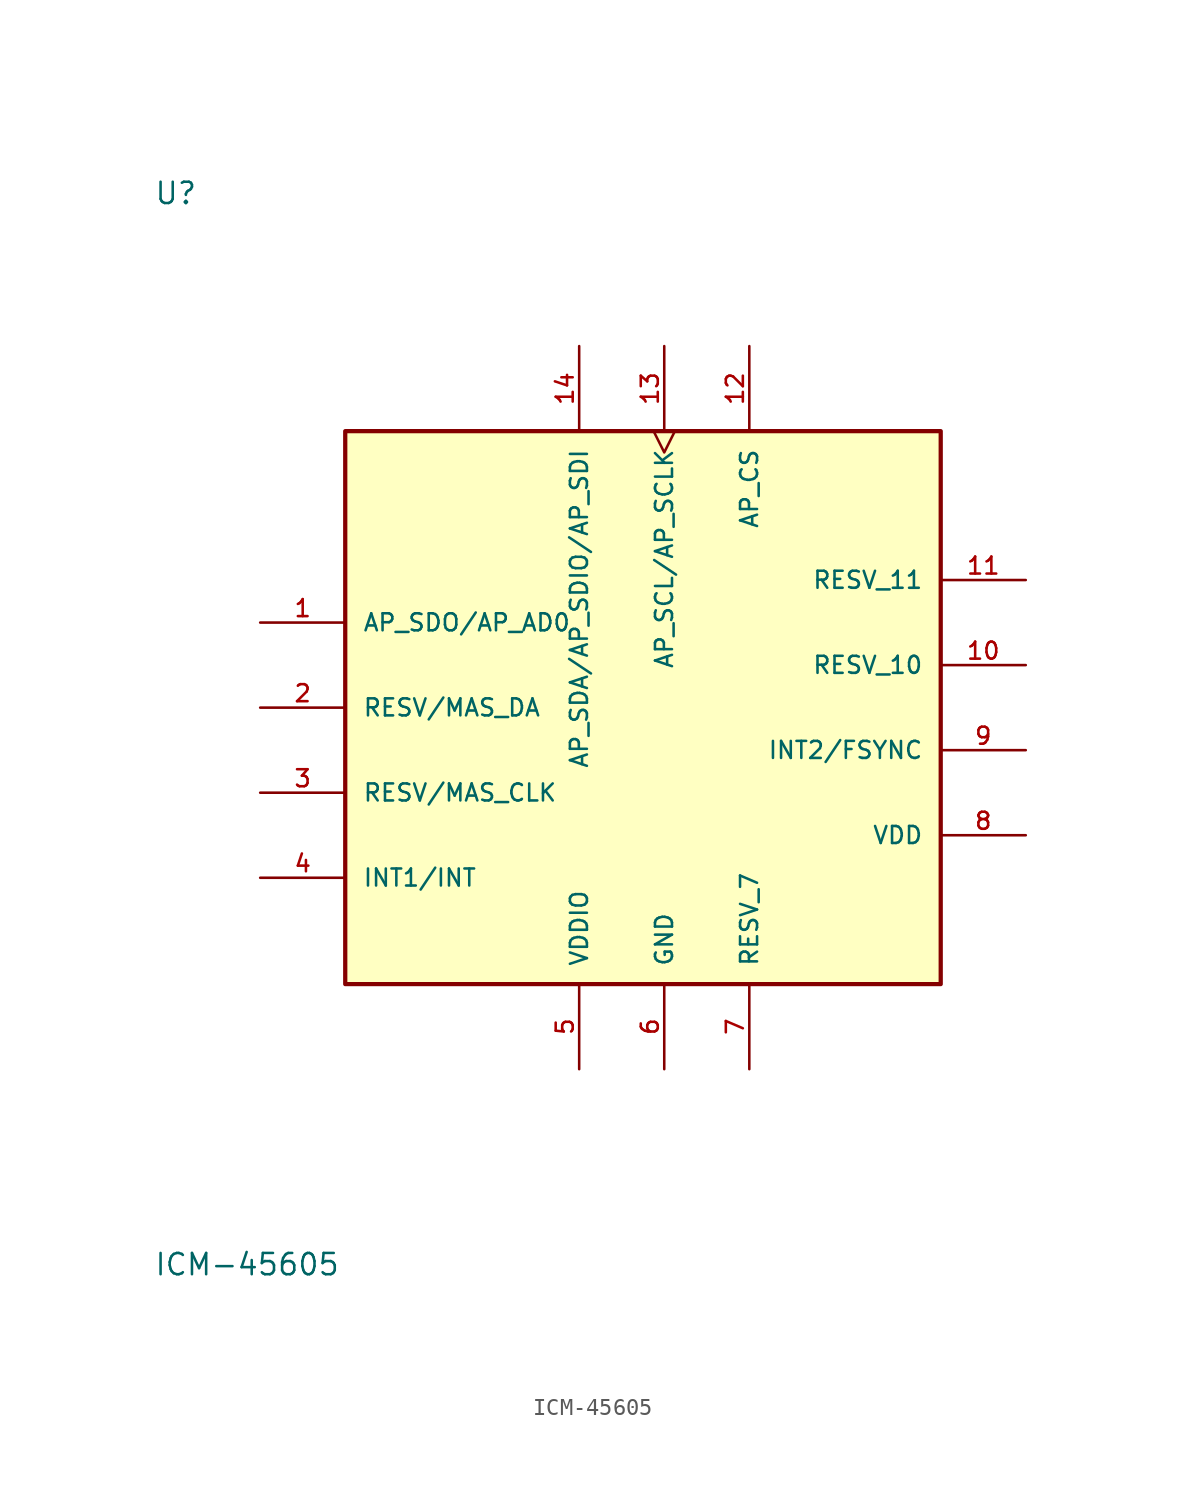
<source format=kicad_sym>
(kicad_symbol_lib
  (version 20231120)
  (generator "kicad_symbol_editor")
  (generator_version "8.0")
  (symbol "ICM-45605"
    (pin_names
      (offset 1.016))
    (property "Reference" "U"
      (at -30.48 31.242 0)
      (effects (font (size 1.27 1.27)) (justify left bottom)))
    (property "Value" "ICM-45605"
      (at -30.48 -31.242 0)
      (effects (font (size 1.27 1.27)) (justify left top)))
    (symbol "ICM-45605_0_0"
      (rectangle (start -19.05 17.78) (end 16.51 -15.24) (stroke (width 0.254) (type default)) (fill (type background)))
      (pin bidirectional line (at -24.13 6.35 0) (length 5.08) (name "AP_SDO/AP_AD0" (effects (font (size 1.016 1.016)))) (number "1" (effects (font (size 1.016 1.016)))))
      (pin passive line (at 21.59 3.81 180) (length 5.08) (name "RESV_10" (effects (font (size 1.016 1.016)))) (number "10" (effects (font (size 1.016 1.016)))))
      (pin passive line (at 21.59 8.89 180) (length 5.08) (name "RESV_11" (effects (font (size 1.016 1.016)))) (number "11" (effects (font (size 1.016 1.016)))))
      (pin input line (at 5.08 22.86 270) (length 5.08) (name "AP_CS" (effects (font (size 1.016 1.016)))) (number "12" (effects (font (size 1.016 1.016)))))
      (pin input clock (at 0 22.86 270) (length 5.08) (name "AP_SCL/AP_SCLK" (effects (font (size 1.016 1.016)))) (number "13" (effects (font (size 1.016 1.016)))))
      (pin bidirectional line (at -5.08 22.86 270) (length 5.08) (name "AP_SDA/AP_SDIO/AP_SDI" (effects (font (size 1.016 1.016)))) (number "14" (effects (font (size 1.016 1.016)))))
      (pin bidirectional line (at -24.13 1.27 0) (length 5.08) (name "RESV/MAS_DA" (effects (font (size 1.016 1.016)))) (number "2" (effects (font (size 1.016 1.016)))))
      (pin bidirectional line (at -24.13 -3.81 0) (length 5.08) (name "RESV/MAS_CLK" (effects (font (size 1.016 1.016)))) (number "3" (effects (font (size 1.016 1.016)))))
      (pin output line (at -24.13 -8.89 0) (length 5.08) (name "INT1/INT" (effects (font (size 1.016 1.016)))) (number "4" (effects (font (size 1.016 1.016)))))
      (pin power_in line (at -5.08 -20.32 90) (length 5.08) (name "VDDIO" (effects (font (size 1.016 1.016)))) (number "5" (effects (font (size 1.016 1.016)))))
      (pin power_in line (at 0 -20.32 90) (length 5.08) (name "GND" (effects (font (size 1.016 1.016)))) (number "6" (effects (font (size 1.016 1.016)))))
      (pin passive line (at 5.08 -20.32 90) (length 5.08) (name "RESV_7" (effects (font (size 1.016 1.016)))) (number "7" (effects (font (size 1.016 1.016)))))
      (pin power_in line (at 21.59 -6.35 180) (length 5.08) (name "VDD" (effects (font (size 1.016 1.016)))) (number "8" (effects (font (size 1.016 1.016)))))
      (pin bidirectional line (at 21.59 -1.27 180) (length 5.08) (name "INT2/FSYNC" (effects (font (size 1.016 1.016)))) (number "9" (effects (font (size 1.016 1.016))))))))
</source>
